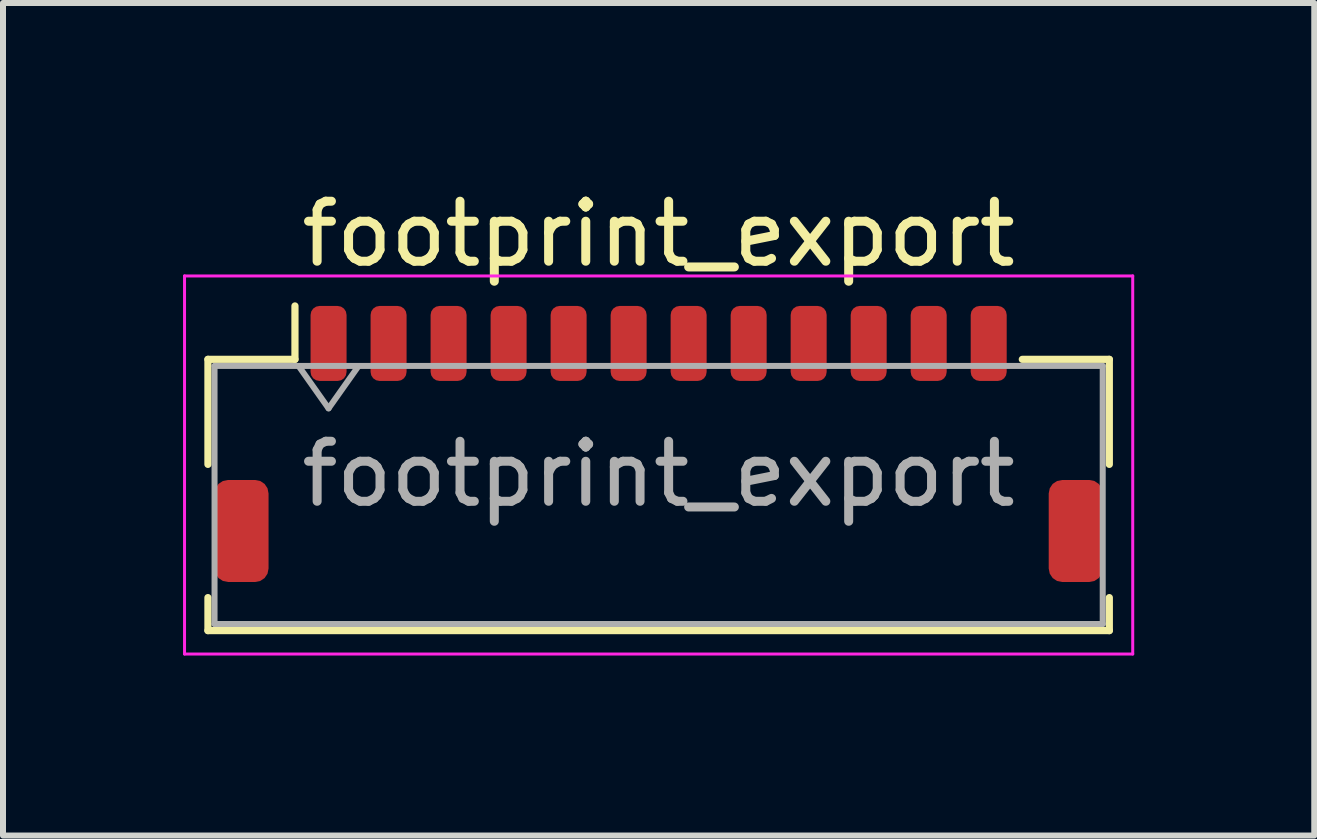
<source format=kicad_pcb>
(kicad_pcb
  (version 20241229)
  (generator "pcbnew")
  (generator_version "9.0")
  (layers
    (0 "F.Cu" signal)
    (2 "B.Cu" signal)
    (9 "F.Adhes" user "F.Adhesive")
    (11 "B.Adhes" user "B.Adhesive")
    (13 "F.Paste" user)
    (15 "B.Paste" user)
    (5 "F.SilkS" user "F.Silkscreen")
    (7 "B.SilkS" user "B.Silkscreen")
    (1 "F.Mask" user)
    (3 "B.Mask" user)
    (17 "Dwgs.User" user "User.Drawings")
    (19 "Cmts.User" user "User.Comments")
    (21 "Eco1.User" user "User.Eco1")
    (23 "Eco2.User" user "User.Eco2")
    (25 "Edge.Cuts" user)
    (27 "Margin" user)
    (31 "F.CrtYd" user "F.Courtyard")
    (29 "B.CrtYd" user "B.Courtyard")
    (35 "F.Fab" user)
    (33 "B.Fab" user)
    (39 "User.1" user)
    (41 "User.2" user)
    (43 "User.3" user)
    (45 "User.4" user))
  (footprint "footprint_export"
    (layer "F.Cu")
    (at 7.925 4.348)
    (property "Reference" "footprint_export" (at 0 -3.5 0) (layer "F.SilkS") (effects (font (size 1 1) (thickness 0.15))))
    (attr smd)
    (fp_line (start -7.51 -1.41) (end -6.06 -1.41) (stroke (width 0.12) (type solid)) (layer "F.SilkS"))
    (fp_line (start -7.51 0.34) (end -7.51 -1.41) (stroke (width 0.12) (type solid)) (layer "F.SilkS"))
    (fp_line (start -7.51 2.56) (end -7.51 3.11) (stroke (width 0.12) (type solid)) (layer "F.SilkS"))
    (fp_line (start -7.51 3.11) (end 7.51 3.11) (stroke (width 0.12) (type solid)) (layer "F.SilkS"))
    (fp_line (start -6.06 -1.41) (end -6.06 -2.3) (stroke (width 0.12) (type solid)) (layer "F.SilkS"))
    (fp_line (start 7.51 -1.41) (end 6.06 -1.41) (stroke (width 0.12) (type solid)) (layer "F.SilkS"))
    (fp_line (start 7.51 0.34) (end 7.51 -1.41) (stroke (width 0.12) (type solid)) (layer "F.SilkS"))
    (fp_line (start 7.51 3.11) (end 7.51 2.56) (stroke (width 0.12) (type solid)) (layer "F.SilkS"))
    (fp_line (start -7.9 -2.8) (end -7.9 3.5) (stroke (width 0.05) (type solid)) (layer "F.CrtYd"))
    (fp_line (start -7.9 3.5) (end 7.9 3.5) (stroke (width 0.05) (type solid)) (layer "F.CrtYd"))
    (fp_line (start 7.9 -2.8) (end -7.9 -2.8) (stroke (width 0.05) (type solid)) (layer "F.CrtYd"))
    (fp_line (start 7.9 3.5) (end 7.9 -2.8) (stroke (width 0.05) (type solid)) (layer "F.CrtYd"))
    (fp_line (start -7.4 -1.3) (end -7.4 3) (stroke (width 0.1) (type solid)) (layer "F.Fab"))
    (fp_line (start -7.4 -1.3) (end 7.4 -1.3) (stroke (width 0.1) (type solid)) (layer "F.Fab"))
    (fp_line (start -7.4 3) (end 7.4 3) (stroke (width 0.1) (type solid)) (layer "F.Fab"))
    (fp_line (start -6 -1.3) (end -5.5 -0.593) (stroke (width 0.1) (type solid)) (layer "F.Fab"))
    (fp_line (start -5.5 -0.593) (end -5 -1.3) (stroke (width 0.1) (type solid)) (layer "F.Fab"))
    (fp_line (start 7.4 -1.3) (end 7.4 3) (stroke (width 0.1) (type solid)) (layer "F.Fab"))
    (fp_text user "${REFERENCE}" (at 0 0.5 0) (layer "F.Fab") (effects (font (size 1 1) (thickness 0.15))))
    (pad "1" smd roundrect (at -5.5 -1.675) (size 0.6 1.25) (layers "F.Cu" "F.Mask" "F.Paste") (roundrect_rratio 0.25))
    (pad "2" smd roundrect (at -4.5 -1.675) (size 0.6 1.25) (layers "F.Cu" "F.Mask" "F.Paste") (roundrect_rratio 0.25))
    (pad "3" smd roundrect (at -3.5 -1.675) (size 0.6 1.25) (layers "F.Cu" "F.Mask" "F.Paste") (roundrect_rratio 0.25))
    (pad "4" smd roundrect (at -2.5 -1.675) (size 0.6 1.25) (layers "F.Cu" "F.Mask" "F.Paste") (roundrect_rratio 0.25))
    (pad "5" smd roundrect (at -1.5 -1.675) (size 0.6 1.25) (layers "F.Cu" "F.Mask" "F.Paste") (roundrect_rratio 0.25))
    (pad "6" smd roundrect (at -0.5 -1.675) (size 0.6 1.25) (layers "F.Cu" "F.Mask" "F.Paste") (roundrect_rratio 0.25))
    (pad "7" smd roundrect (at 0.5 -1.675) (size 0.6 1.25) (layers "F.Cu" "F.Mask" "F.Paste") (roundrect_rratio 0.25))
    (pad "8" smd roundrect (at 1.5 -1.675) (size 0.6 1.25) (layers "F.Cu" "F.Mask" "F.Paste") (roundrect_rratio 0.25))
    (pad "9" smd roundrect (at 2.5 -1.675) (size 0.6 1.25) (layers "F.Cu" "F.Mask" "F.Paste") (roundrect_rratio 0.25))
    (pad "10" smd roundrect (at 3.5 -1.675) (size 0.6 1.25) (layers "F.Cu" "F.Mask" "F.Paste") (roundrect_rratio 0.25))
    (pad "11" smd roundrect (at 4.5 -1.675) (size 0.6 1.25) (layers "F.Cu" "F.Mask" "F.Paste") (roundrect_rratio 0.25))
    (pad "12" smd roundrect (at 5.5 -1.675) (size 0.6 1.25) (layers "F.Cu" "F.Mask" "F.Paste") (roundrect_rratio 0.25))
    (pad "MP" smd roundrect (at -6.95 1.45) (size 0.9 1.7) (layers "F.Cu" "F.Mask" "F.Paste") (roundrect_rratio 0.25))
    (pad "MP" smd roundrect (at 6.95 1.45) (size 0.9 1.7) (layers "F.Cu" "F.Mask" "F.Paste") (roundrect_rratio 0.25)))
  (gr_rect
    (start -3 -3)
    (end 18.85 10.873)
    (stroke (width 0.1) (type default))
    (fill no)
    (layer "Edge.Cuts")))
</source>
